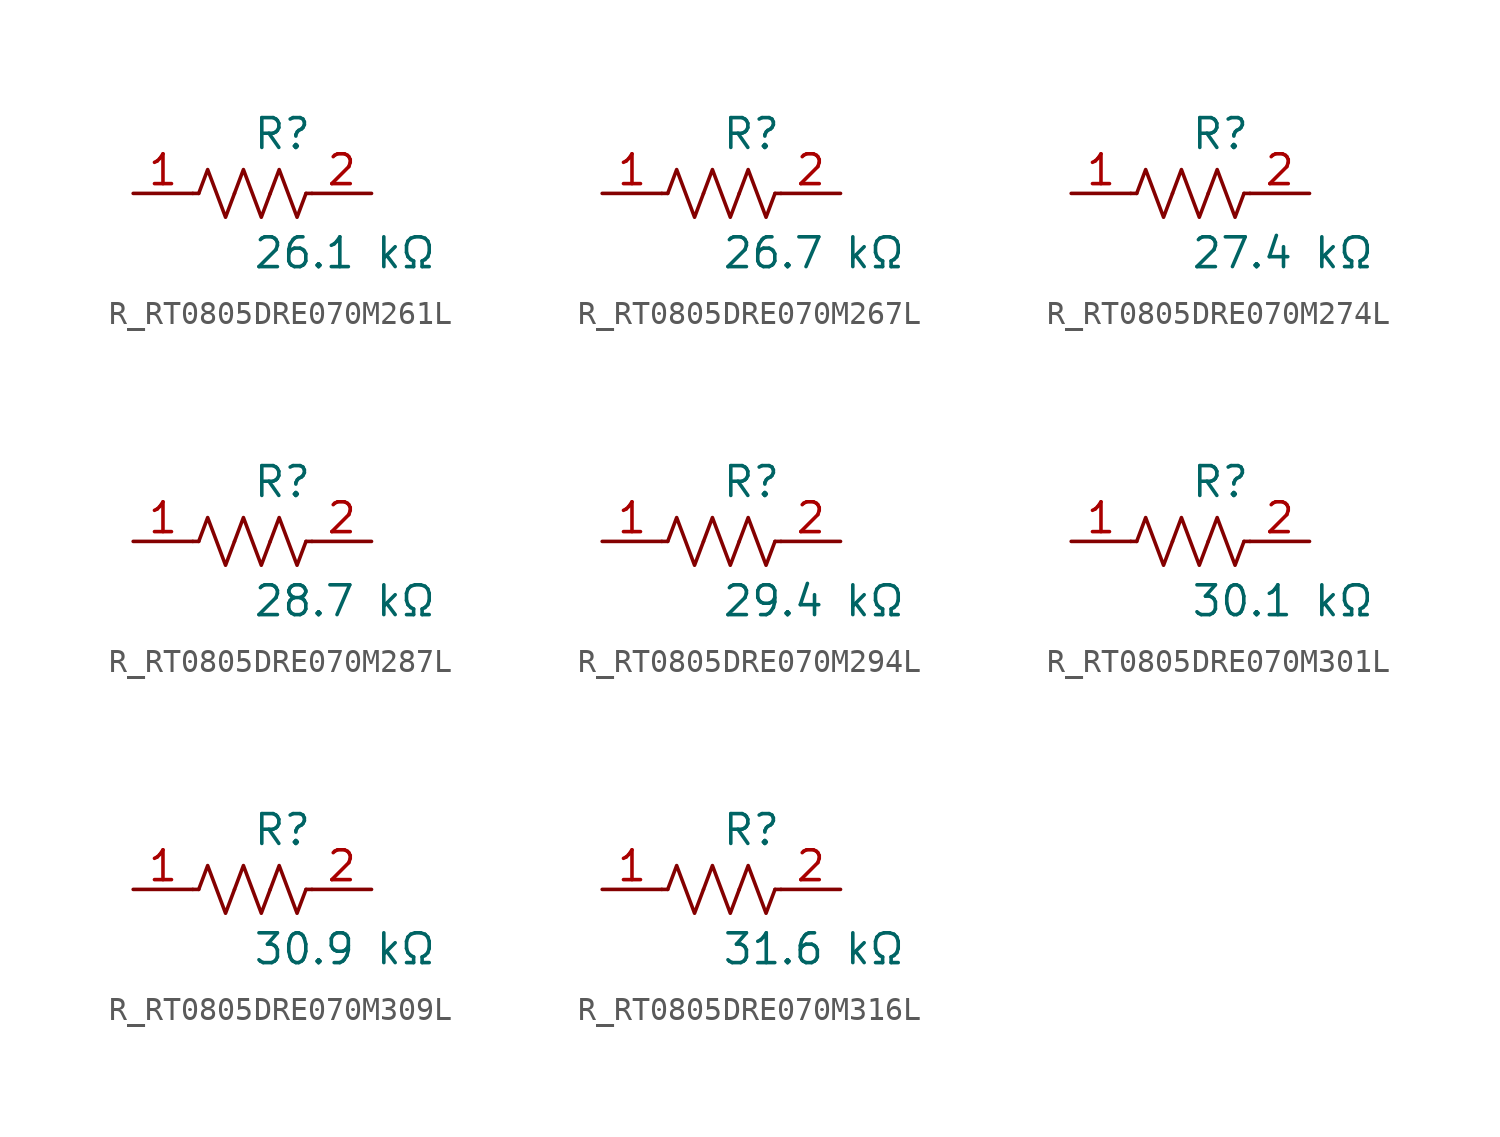
<source format=kicad_sym>
(kicad_symbol_lib
  (version 20231120)
  (generator kicad_symbol_editor)
  (generator_version 8.0)
  (symbol "R_RT0805DRE070M261L"
    (pin_names
      (offset 0.254))
    (property "Reference" "R"
      (at 0.0 2.54 0)
      (effects (font (size 1.27 1.27)) (justify left)))
    (property "Value" "26.1 kΩ"
      (at 0.0 -2.54 0)
      (effects (font (size 1.27 1.27)) (justify left)))
    (symbol "R_RT0805DRE070M261L_0_1"
      (polyline (pts (xy 2.286 0) (xy 2.54 0)) (stroke (width 0) (type default)) (fill (type none)))
      (polyline (pts (xy -2.286 0) (xy -2.54 0)) (stroke (width 0) (type default)) (fill (type none)))
      (polyline (pts (xy 0.762 0) (xy 1.143 1.016) (xy 1.524 0) (xy 1.905 -1.016) (xy 2.286 0)) (stroke (width 0) (type default)) (fill (type none)))
      (polyline (pts (xy -0.762 0) (xy -0.381 1.016) (xy 0 0) (xy 0.381 -1.016) (xy 0.762 0)) (stroke (width 0) (type default)) (fill (type none)))
      (polyline (pts (xy -2.286 0) (xy -1.905 1.016) (xy -1.524 0) (xy -1.143 -1.016) (xy -0.762 0)) (stroke (width 0) (type default)) (fill (type none))))
    (pin unspecified line
      (at -5.08 0 0)
      (length 2.54)
      (name "" (effects (font (size 1.27 1.27))))
      (number "1" (effects (font (size 1.27 1.27)))))
    (pin unspecified line
      (at 5.08 0 180)
      (length 2.54)
      (name "" (effects (font (size 1.27 1.27))))
      (number "2" (effects (font (size 1.27 1.27))))))
  (symbol "R_RT0805DRE070M267L"
    (pin_names
      (offset 0.254))
    (property "Reference" "R"
      (at 0.0 2.54 0)
      (effects (font (size 1.27 1.27)) (justify left)))
    (property "Value" "26.7 kΩ"
      (at 0.0 -2.54 0)
      (effects (font (size 1.27 1.27)) (justify left)))
    (symbol "R_RT0805DRE070M267L_0_1"
      (polyline (pts (xy 2.286 0) (xy 2.54 0)) (stroke (width 0) (type default)) (fill (type none)))
      (polyline (pts (xy -2.286 0) (xy -2.54 0)) (stroke (width 0) (type default)) (fill (type none)))
      (polyline (pts (xy 0.762 0) (xy 1.143 1.016) (xy 1.524 0) (xy 1.905 -1.016) (xy 2.286 0)) (stroke (width 0) (type default)) (fill (type none)))
      (polyline (pts (xy -0.762 0) (xy -0.381 1.016) (xy 0 0) (xy 0.381 -1.016) (xy 0.762 0)) (stroke (width 0) (type default)) (fill (type none)))
      (polyline (pts (xy -2.286 0) (xy -1.905 1.016) (xy -1.524 0) (xy -1.143 -1.016) (xy -0.762 0)) (stroke (width 0) (type default)) (fill (type none))))
    (pin unspecified line
      (at -5.08 0 0)
      (length 2.54)
      (name "" (effects (font (size 1.27 1.27))))
      (number "1" (effects (font (size 1.27 1.27)))))
    (pin unspecified line
      (at 5.08 0 180)
      (length 2.54)
      (name "" (effects (font (size 1.27 1.27))))
      (number "2" (effects (font (size 1.27 1.27))))))
  (symbol "R_RT0805DRE070M274L"
    (pin_names
      (offset 0.254))
    (property "Reference" "R"
      (at 0.0 2.54 0)
      (effects (font (size 1.27 1.27)) (justify left)))
    (property "Value" "27.4 kΩ"
      (at 0.0 -2.54 0)
      (effects (font (size 1.27 1.27)) (justify left)))
    (symbol "R_RT0805DRE070M274L_0_1"
      (polyline (pts (xy 2.286 0) (xy 2.54 0)) (stroke (width 0) (type default)) (fill (type none)))
      (polyline (pts (xy -2.286 0) (xy -2.54 0)) (stroke (width 0) (type default)) (fill (type none)))
      (polyline (pts (xy 0.762 0) (xy 1.143 1.016) (xy 1.524 0) (xy 1.905 -1.016) (xy 2.286 0)) (stroke (width 0) (type default)) (fill (type none)))
      (polyline (pts (xy -0.762 0) (xy -0.381 1.016) (xy 0 0) (xy 0.381 -1.016) (xy 0.762 0)) (stroke (width 0) (type default)) (fill (type none)))
      (polyline (pts (xy -2.286 0) (xy -1.905 1.016) (xy -1.524 0) (xy -1.143 -1.016) (xy -0.762 0)) (stroke (width 0) (type default)) (fill (type none))))
    (pin unspecified line
      (at -5.08 0 0)
      (length 2.54)
      (name "" (effects (font (size 1.27 1.27))))
      (number "1" (effects (font (size 1.27 1.27)))))
    (pin unspecified line
      (at 5.08 0 180)
      (length 2.54)
      (name "" (effects (font (size 1.27 1.27))))
      (number "2" (effects (font (size 1.27 1.27))))))
  (symbol "R_RT0805DRE070M287L"
    (pin_names
      (offset 0.254))
    (property "Reference" "R"
      (at 0.0 2.54 0)
      (effects (font (size 1.27 1.27)) (justify left)))
    (property "Value" "28.7 kΩ"
      (at 0.0 -2.54 0)
      (effects (font (size 1.27 1.27)) (justify left)))
    (symbol "R_RT0805DRE070M287L_0_1"
      (polyline (pts (xy 2.286 0) (xy 2.54 0)) (stroke (width 0) (type default)) (fill (type none)))
      (polyline (pts (xy -2.286 0) (xy -2.54 0)) (stroke (width 0) (type default)) (fill (type none)))
      (polyline (pts (xy 0.762 0) (xy 1.143 1.016) (xy 1.524 0) (xy 1.905 -1.016) (xy 2.286 0)) (stroke (width 0) (type default)) (fill (type none)))
      (polyline (pts (xy -0.762 0) (xy -0.381 1.016) (xy 0 0) (xy 0.381 -1.016) (xy 0.762 0)) (stroke (width 0) (type default)) (fill (type none)))
      (polyline (pts (xy -2.286 0) (xy -1.905 1.016) (xy -1.524 0) (xy -1.143 -1.016) (xy -0.762 0)) (stroke (width 0) (type default)) (fill (type none))))
    (pin unspecified line
      (at -5.08 0 0)
      (length 2.54)
      (name "" (effects (font (size 1.27 1.27))))
      (number "1" (effects (font (size 1.27 1.27)))))
    (pin unspecified line
      (at 5.08 0 180)
      (length 2.54)
      (name "" (effects (font (size 1.27 1.27))))
      (number "2" (effects (font (size 1.27 1.27))))))
  (symbol "R_RT0805DRE070M294L"
    (pin_names
      (offset 0.254))
    (property "Reference" "R"
      (at 0.0 2.54 0)
      (effects (font (size 1.27 1.27)) (justify left)))
    (property "Value" "29.4 kΩ"
      (at 0.0 -2.54 0)
      (effects (font (size 1.27 1.27)) (justify left)))
    (symbol "R_RT0805DRE070M294L_0_1"
      (polyline (pts (xy 2.286 0) (xy 2.54 0)) (stroke (width 0) (type default)) (fill (type none)))
      (polyline (pts (xy -2.286 0) (xy -2.54 0)) (stroke (width 0) (type default)) (fill (type none)))
      (polyline (pts (xy 0.762 0) (xy 1.143 1.016) (xy 1.524 0) (xy 1.905 -1.016) (xy 2.286 0)) (stroke (width 0) (type default)) (fill (type none)))
      (polyline (pts (xy -0.762 0) (xy -0.381 1.016) (xy 0 0) (xy 0.381 -1.016) (xy 0.762 0)) (stroke (width 0) (type default)) (fill (type none)))
      (polyline (pts (xy -2.286 0) (xy -1.905 1.016) (xy -1.524 0) (xy -1.143 -1.016) (xy -0.762 0)) (stroke (width 0) (type default)) (fill (type none))))
    (pin unspecified line
      (at -5.08 0 0)
      (length 2.54)
      (name "" (effects (font (size 1.27 1.27))))
      (number "1" (effects (font (size 1.27 1.27)))))
    (pin unspecified line
      (at 5.08 0 180)
      (length 2.54)
      (name "" (effects (font (size 1.27 1.27))))
      (number "2" (effects (font (size 1.27 1.27))))))
  (symbol "R_RT0805DRE070M301L"
    (pin_names
      (offset 0.254))
    (property "Reference" "R"
      (at 0.0 2.54 0)
      (effects (font (size 1.27 1.27)) (justify left)))
    (property "Value" "30.1 kΩ"
      (at 0.0 -2.54 0)
      (effects (font (size 1.27 1.27)) (justify left)))
    (symbol "R_RT0805DRE070M301L_0_1"
      (polyline (pts (xy 2.286 0) (xy 2.54 0)) (stroke (width 0) (type default)) (fill (type none)))
      (polyline (pts (xy -2.286 0) (xy -2.54 0)) (stroke (width 0) (type default)) (fill (type none)))
      (polyline (pts (xy 0.762 0) (xy 1.143 1.016) (xy 1.524 0) (xy 1.905 -1.016) (xy 2.286 0)) (stroke (width 0) (type default)) (fill (type none)))
      (polyline (pts (xy -0.762 0) (xy -0.381 1.016) (xy 0 0) (xy 0.381 -1.016) (xy 0.762 0)) (stroke (width 0) (type default)) (fill (type none)))
      (polyline (pts (xy -2.286 0) (xy -1.905 1.016) (xy -1.524 0) (xy -1.143 -1.016) (xy -0.762 0)) (stroke (width 0) (type default)) (fill (type none))))
    (pin unspecified line
      (at -5.08 0 0)
      (length 2.54)
      (name "" (effects (font (size 1.27 1.27))))
      (number "1" (effects (font (size 1.27 1.27)))))
    (pin unspecified line
      (at 5.08 0 180)
      (length 2.54)
      (name "" (effects (font (size 1.27 1.27))))
      (number "2" (effects (font (size 1.27 1.27))))))
  (symbol "R_RT0805DRE070M309L"
    (pin_names
      (offset 0.254))
    (property "Reference" "R"
      (at 0.0 2.54 0)
      (effects (font (size 1.27 1.27)) (justify left)))
    (property "Value" "30.9 kΩ"
      (at 0.0 -2.54 0)
      (effects (font (size 1.27 1.27)) (justify left)))
    (symbol "R_RT0805DRE070M309L_0_1"
      (polyline (pts (xy 2.286 0) (xy 2.54 0)) (stroke (width 0) (type default)) (fill (type none)))
      (polyline (pts (xy -2.286 0) (xy -2.54 0)) (stroke (width 0) (type default)) (fill (type none)))
      (polyline (pts (xy 0.762 0) (xy 1.143 1.016) (xy 1.524 0) (xy 1.905 -1.016) (xy 2.286 0)) (stroke (width 0) (type default)) (fill (type none)))
      (polyline (pts (xy -0.762 0) (xy -0.381 1.016) (xy 0 0) (xy 0.381 -1.016) (xy 0.762 0)) (stroke (width 0) (type default)) (fill (type none)))
      (polyline (pts (xy -2.286 0) (xy -1.905 1.016) (xy -1.524 0) (xy -1.143 -1.016) (xy -0.762 0)) (stroke (width 0) (type default)) (fill (type none))))
    (pin unspecified line
      (at -5.08 0 0)
      (length 2.54)
      (name "" (effects (font (size 1.27 1.27))))
      (number "1" (effects (font (size 1.27 1.27)))))
    (pin unspecified line
      (at 5.08 0 180)
      (length 2.54)
      (name "" (effects (font (size 1.27 1.27))))
      (number "2" (effects (font (size 1.27 1.27))))))
  (symbol "R_RT0805DRE070M316L"
    (pin_names
      (offset 0.254))
    (property "Reference" "R"
      (at 0.0 2.54 0)
      (effects (font (size 1.27 1.27)) (justify left)))
    (property "Value" "31.6 kΩ"
      (at 0.0 -2.54 0)
      (effects (font (size 1.27 1.27)) (justify left)))
    (symbol "R_RT0805DRE070M316L_0_1"
      (polyline (pts (xy 2.286 0) (xy 2.54 0)) (stroke (width 0) (type default)) (fill (type none)))
      (polyline (pts (xy -2.286 0) (xy -2.54 0)) (stroke (width 0) (type default)) (fill (type none)))
      (polyline (pts (xy 0.762 0) (xy 1.143 1.016) (xy 1.524 0) (xy 1.905 -1.016) (xy 2.286 0)) (stroke (width 0) (type default)) (fill (type none)))
      (polyline (pts (xy -0.762 0) (xy -0.381 1.016) (xy 0 0) (xy 0.381 -1.016) (xy 0.762 0)) (stroke (width 0) (type default)) (fill (type none)))
      (polyline (pts (xy -2.286 0) (xy -1.905 1.016) (xy -1.524 0) (xy -1.143 -1.016) (xy -0.762 0)) (stroke (width 0) (type default)) (fill (type none))))
    (pin unspecified line
      (at -5.08 0 0)
      (length 2.54)
      (name "" (effects (font (size 1.27 1.27))))
      (number "1" (effects (font (size 1.27 1.27)))))
    (pin unspecified line
      (at 5.08 0 180)
      (length 2.54)
      (name "" (effects (font (size 1.27 1.27))))
      (number "2" (effects (font (size 1.27 1.27)))))))
</source>
